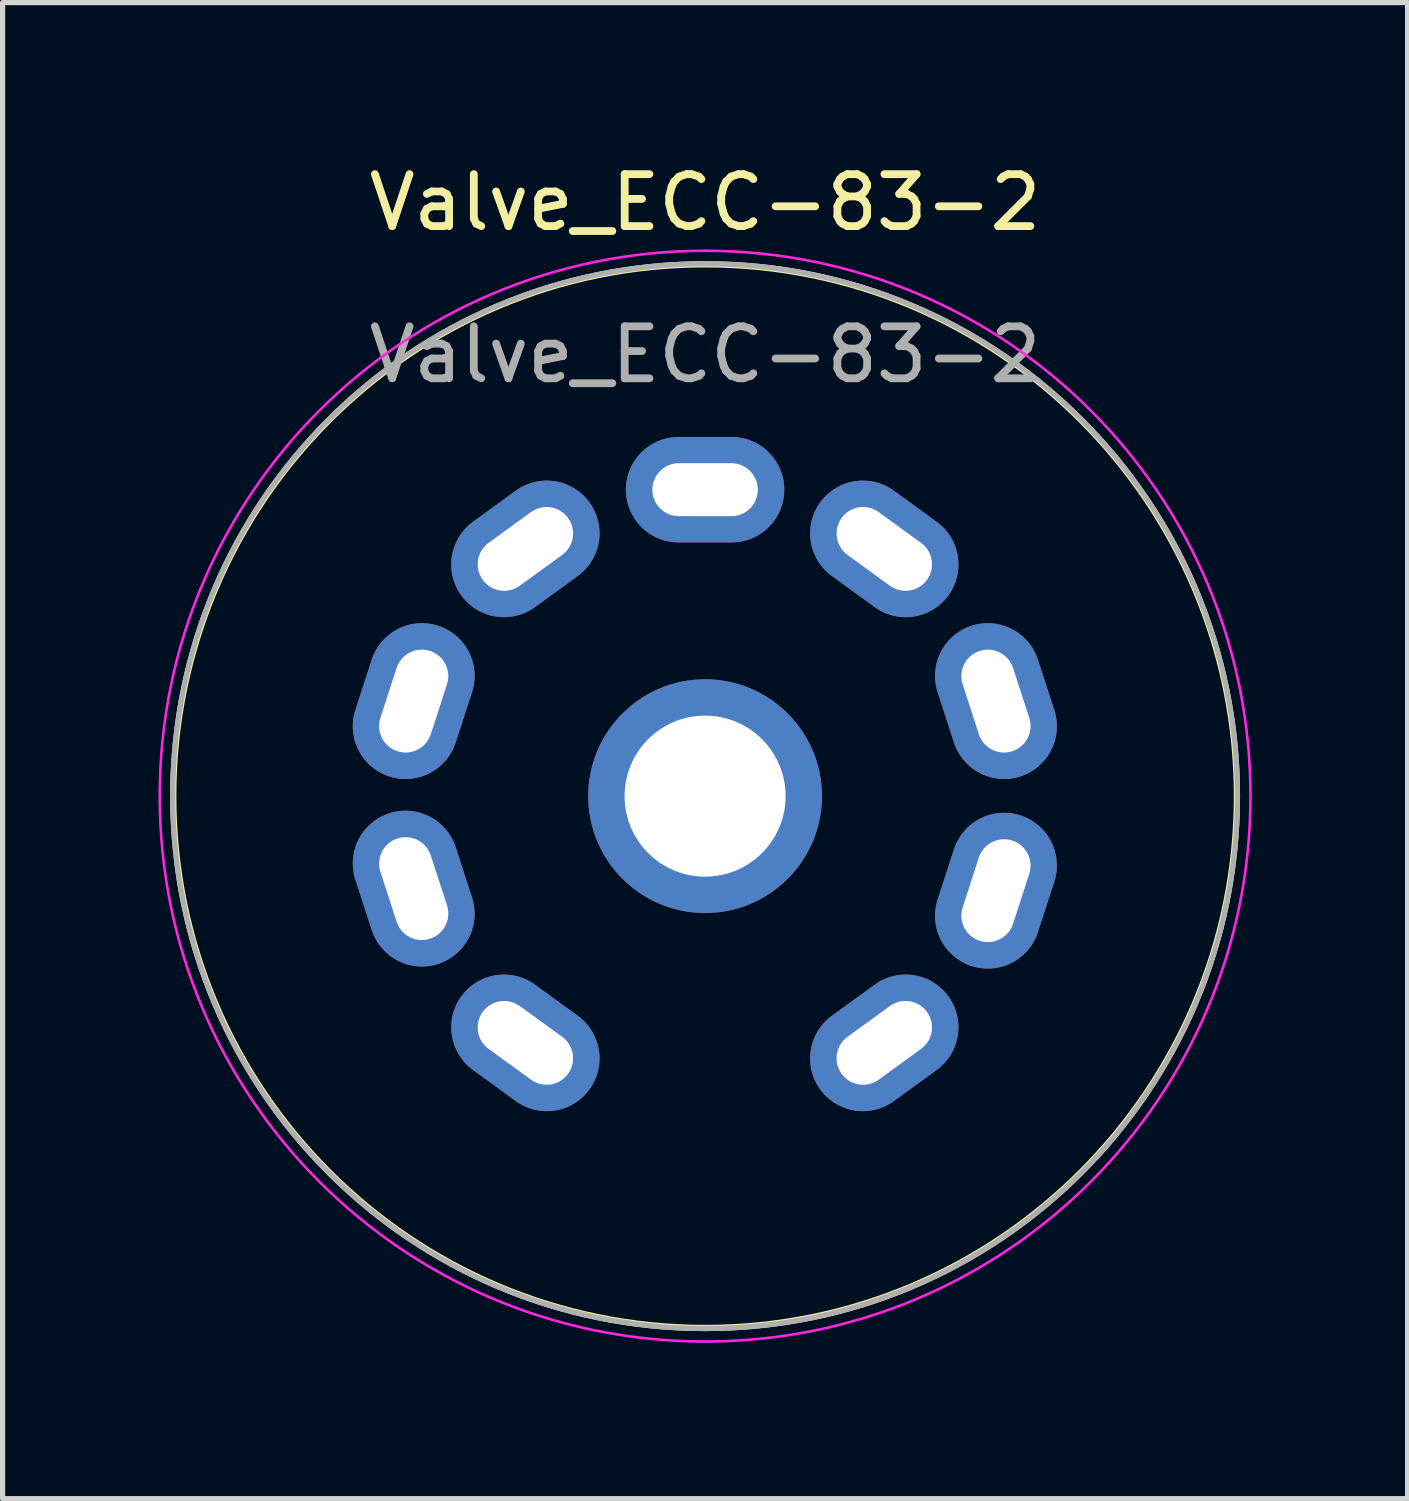
<source format=kicad_pcb>
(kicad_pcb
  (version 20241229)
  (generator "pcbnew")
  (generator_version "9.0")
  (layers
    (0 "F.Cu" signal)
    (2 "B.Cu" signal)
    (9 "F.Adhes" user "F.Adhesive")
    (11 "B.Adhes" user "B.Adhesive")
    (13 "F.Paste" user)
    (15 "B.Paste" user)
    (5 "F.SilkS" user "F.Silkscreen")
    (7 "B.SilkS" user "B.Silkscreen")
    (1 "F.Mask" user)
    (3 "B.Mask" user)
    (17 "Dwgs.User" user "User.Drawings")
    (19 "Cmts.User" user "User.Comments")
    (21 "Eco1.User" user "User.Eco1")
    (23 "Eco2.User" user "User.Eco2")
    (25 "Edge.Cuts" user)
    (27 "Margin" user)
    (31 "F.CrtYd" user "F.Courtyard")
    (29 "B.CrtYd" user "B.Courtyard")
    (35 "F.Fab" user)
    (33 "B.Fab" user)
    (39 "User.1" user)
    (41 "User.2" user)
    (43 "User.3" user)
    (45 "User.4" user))
  (footprint "Valve_ECC-83-2"
    (layer "F.Cu")
    (at 13.975 17.028)
    (property "Reference" "Valve_ECC-83-2" (at -3.45 -16.18 0) (layer "F.SilkS") (effects (font (size 1 1) (thickness 0.15))))
    (attr through_hole)
    (fp_circle (center -3.45 -4.75) (end 6.71 -3.48) (stroke (width 0.12) (type solid)) (fill no) (layer "F.SilkS"))
    (fp_circle (center -3.45 -4.75) (end -3.45 -15.25) (stroke (width 0.05) (type solid)) (fill no) (layer "F.CrtYd"))
    (fp_circle (center -3.45 -4.75) (end -3.45 -15) (stroke (width 0.1) (type solid)) (fill no) (layer "F.Fab"))
    (fp_text user "${REFERENCE}" (at -3.45 -13.25 0) (layer "F.Fab") (effects (font (size 1 1) (thickness 0.15))))
    (pad "1" thru_hole oval (at 0 0 306) (size 2.03 3.05) (drill oval 1.02 2.03) (layers "*.Cu" "*.Mask"))
    (pad "2" thru_hole circle (at -3.45 -4.75) (size 4.5 4.5) (drill 3.1) (layers "*.Cu" "*.Mask"))
    (pad "2" thru_hole oval (at 2.15 -2.93 342) (size 2.03 3.05) (drill oval 1.02 2.03) (layers "*.Cu" "*.Mask"))
    (pad "3" thru_hole oval (at 2.15 -6.58 18) (size 2.03 3.05) (drill oval 1.02 2.03) (layers "*.Cu" "*.Mask"))
    (pad "4" thru_hole oval (at 0 -9.51 54) (size 2.03 3.05) (drill oval 1.02 2.03) (layers "*.Cu" "*.Mask"))
    (pad "5" thru_hole oval (at -3.45 -10.65 90) (size 2.03 3.05) (drill oval 1.02 2.03) (layers "*.Cu" "*.Mask"))
    (pad "6" thru_hole oval (at -6.91 -9.51 306) (size 2.03 3.05) (drill oval 1.02 2.03) (layers "*.Cu" "*.Mask"))
    (pad "7" thru_hole oval (at -9.06 -6.58 342) (size 2.03 3.05) (drill oval 1.02 2.03) (layers "*.Cu" "*.Mask"))
    (pad "8" thru_hole oval (at -9.06 -2.97 18) (size 2.03 3.05) (drill oval 1.02 2.03) (layers "*.Cu" "*.Mask"))
    (pad "9" thru_hole oval (at -6.91 0 54) (size 2.03 3.05) (drill oval 1.02 2.03) (layers "*.Cu" "*.Mask")))
  (gr_rect
    (start -3 -3)
    (end 24.05 25.803)
    (stroke (width 0.1) (type default))
    (fill no)
    (layer "Edge.Cuts")))
</source>
